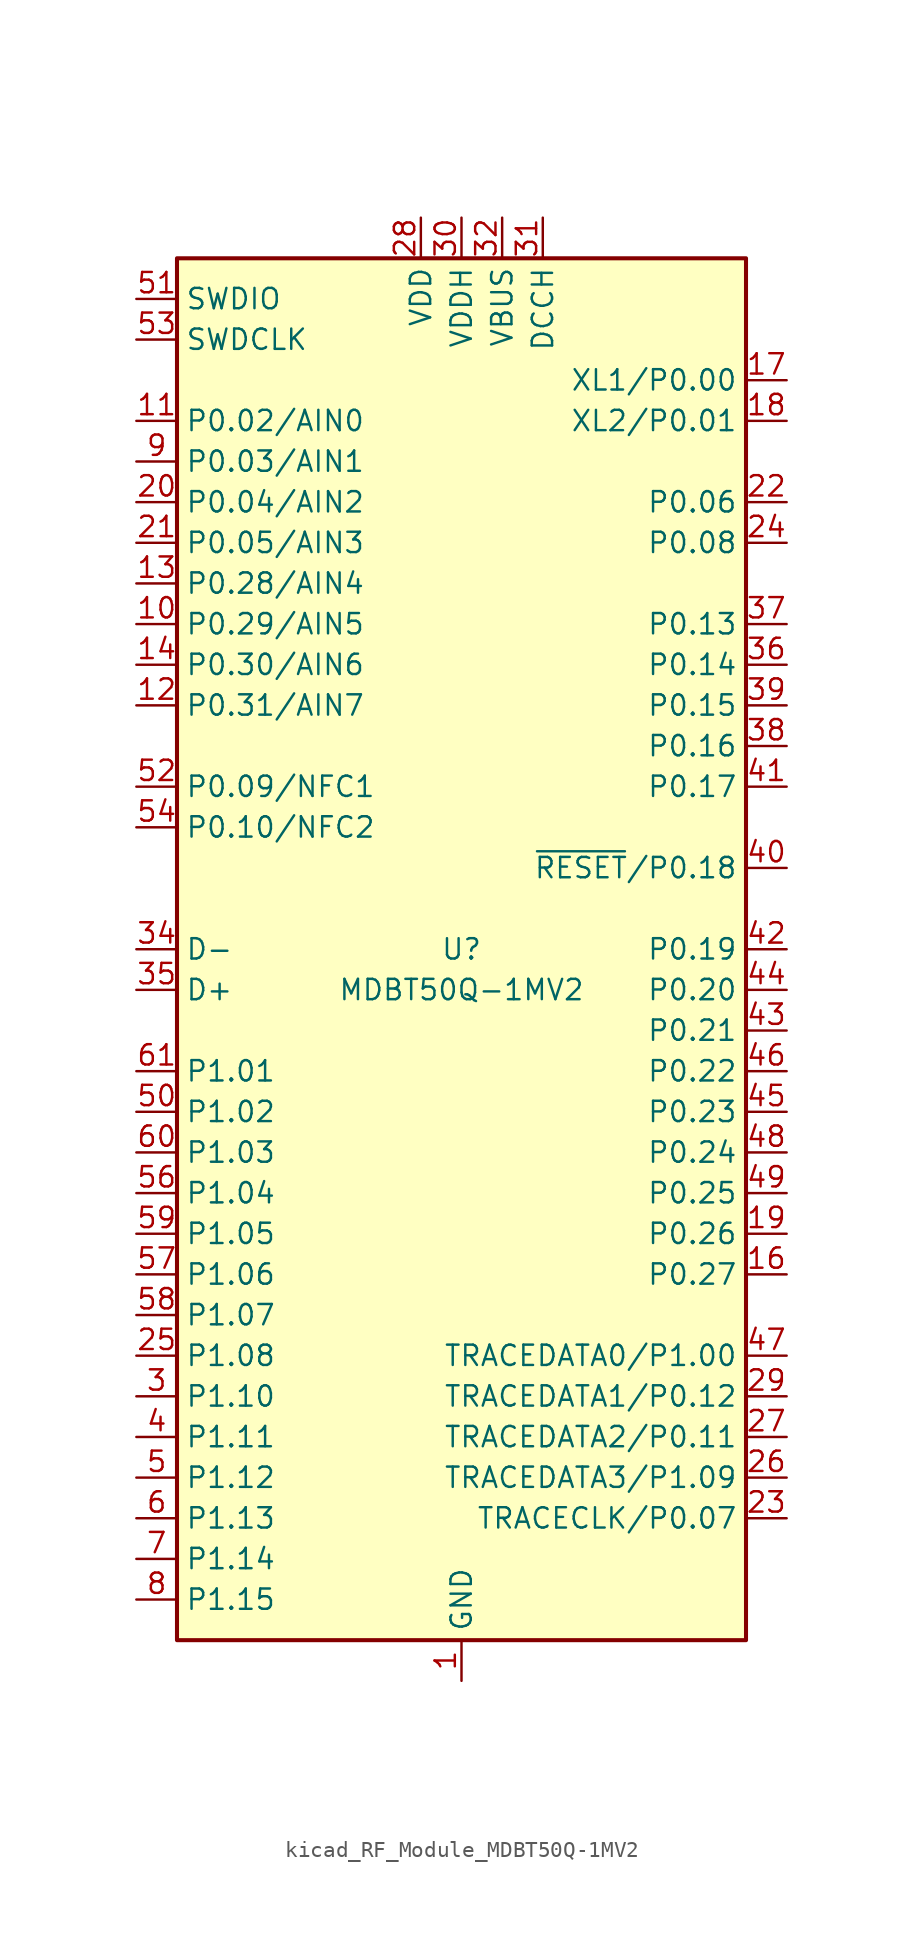
<source format=kicad_sym>
(kicad_symbol_lib
  (version 20220914)
  (generator kicad_symbol_editor)
  (symbol "kicad_RF_Module_MDBT50Q-1MV2"
    (property "Reference" "U"
      (at 0 0 0)
      (effects (font (size 1.27 1.27))))
    (property "Value" "MDBT50Q-1MV2"
      (at 0 -2.54 0)
      (effects (font (size 1.27 1.27))))
    (symbol "kicad_RF_Module_MDBT50Q-1MV2_0_1"
      (rectangle (start -17.78 43.18) (end 17.78 -43.18) (stroke (width 0.254) (type default)) (fill (type background))))
    (symbol "kicad_RF_Module_MDBT50Q-1MV2_1_1"
      (pin power_in line (at 0 -45.72 90) (length 2.54) (name "GND" (effects (font (size 1.27 1.27)))) (number "1" (effects (font (size 1.27 1.27)))))
      (pin bidirectional line (at -20.32 20.32 0) (length 2.54) (name "P0.29/AIN5" (effects (font (size 1.27 1.27)))) (number "10" (effects (font (size 1.27 1.27)))))
      (pin bidirectional line (at -20.32 33.02 0) (length 2.54) (name "P0.02/AIN0" (effects (font (size 1.27 1.27)))) (number "11" (effects (font (size 1.27 1.27)))))
      (pin bidirectional line (at -20.32 15.24 0) (length 2.54) (name "P0.31/AIN7" (effects (font (size 1.27 1.27)))) (number "12" (effects (font (size 1.27 1.27)))))
      (pin bidirectional line (at -20.32 22.86 0) (length 2.54) (name "P0.28/AIN4" (effects (font (size 1.27 1.27)))) (number "13" (effects (font (size 1.27 1.27)))))
      (pin bidirectional line (at -20.32 17.78 0) (length 2.54) (name "P0.30/AIN6" (effects (font (size 1.27 1.27)))) (number "14" (effects (font (size 1.27 1.27)))))
      (pin passive line (at 0 -45.72 90) (length 2.54) hide (name "GND" (effects (font (size 1.27 1.27)))) (number "15" (effects (font (size 1.27 1.27)))))
      (pin bidirectional line (at 20.32 -20.32 180) (length 2.54) (name "P0.27" (effects (font (size 1.27 1.27)))) (number "16" (effects (font (size 1.27 1.27)))))
      (pin bidirectional line (at 20.32 35.56 180) (length 2.54) (name "XL1/P0.00" (effects (font (size 1.27 1.27)))) (number "17" (effects (font (size 1.27 1.27)))))
      (pin bidirectional line (at 20.32 33.02 180) (length 2.54) (name "XL2/P0.01" (effects (font (size 1.27 1.27)))) (number "18" (effects (font (size 1.27 1.27)))))
      (pin bidirectional line (at 20.32 -17.78 180) (length 2.54) (name "P0.26" (effects (font (size 1.27 1.27)))) (number "19" (effects (font (size 1.27 1.27)))))
      (pin passive line (at 0 -45.72 90) (length 2.54) hide (name "GND" (effects (font (size 1.27 1.27)))) (number "2" (effects (font (size 1.27 1.27)))))
      (pin bidirectional line (at -20.32 27.94 0) (length 2.54) (name "P0.04/AIN2" (effects (font (size 1.27 1.27)))) (number "20" (effects (font (size 1.27 1.27)))))
      (pin bidirectional line (at -20.32 25.4 0) (length 2.54) (name "P0.05/AIN3" (effects (font (size 1.27 1.27)))) (number "21" (effects (font (size 1.27 1.27)))))
      (pin bidirectional line (at 20.32 27.94 180) (length 2.54) (name "P0.06" (effects (font (size 1.27 1.27)))) (number "22" (effects (font (size 1.27 1.27)))))
      (pin bidirectional line (at 20.32 -35.56 180) (length 2.54) (name "TRACECLK/P0.07" (effects (font (size 1.27 1.27)))) (number "23" (effects (font (size 1.27 1.27)))))
      (pin bidirectional line (at 20.32 25.4 180) (length 2.54) (name "P0.08" (effects (font (size 1.27 1.27)))) (number "24" (effects (font (size 1.27 1.27)))))
      (pin bidirectional line (at -20.32 -25.4 0) (length 2.54) (name "P1.08" (effects (font (size 1.27 1.27)))) (number "25" (effects (font (size 1.27 1.27)))))
      (pin bidirectional line (at 20.32 -33.02 180) (length 2.54) (name "TRACEDATA3/P1.09" (effects (font (size 1.27 1.27)))) (number "26" (effects (font (size 1.27 1.27)))))
      (pin bidirectional line (at 20.32 -30.48 180) (length 2.54) (name "TRACEDATA2/P0.11" (effects (font (size 1.27 1.27)))) (number "27" (effects (font (size 1.27 1.27)))))
      (pin power_in line (at -2.54 45.72 270) (length 2.54) (name "VDD" (effects (font (size 1.27 1.27)))) (number "28" (effects (font (size 1.27 1.27)))))
      (pin bidirectional line (at 20.32 -27.94 180) (length 2.54) (name "TRACEDATA1/P0.12" (effects (font (size 1.27 1.27)))) (number "29" (effects (font (size 1.27 1.27)))))
      (pin bidirectional line (at -20.32 -27.94 0) (length 2.54) (name "P1.10" (effects (font (size 1.27 1.27)))) (number "3" (effects (font (size 1.27 1.27)))))
      (pin power_in line (at 0 45.72 270) (length 2.54) (name "VDDH" (effects (font (size 1.27 1.27)))) (number "30" (effects (font (size 1.27 1.27)))))
      (pin power_out line (at 5.08 45.72 270) (length 2.54) (name "DCCH" (effects (font (size 1.27 1.27)))) (number "31" (effects (font (size 1.27 1.27)))))
      (pin power_in line (at 2.54 45.72 270) (length 2.54) (name "VBUS" (effects (font (size 1.27 1.27)))) (number "32" (effects (font (size 1.27 1.27)))))
      (pin passive line (at 0 -45.72 90) (length 2.54) hide (name "GND" (effects (font (size 1.27 1.27)))) (number "33" (effects (font (size 1.27 1.27)))))
      (pin bidirectional line (at -20.32 0 0) (length 2.54) (name "D-" (effects (font (size 1.27 1.27)))) (number "34" (effects (font (size 1.27 1.27)))))
      (pin bidirectional line (at -20.32 -2.54 0) (length 2.54) (name "D+" (effects (font (size 1.27 1.27)))) (number "35" (effects (font (size 1.27 1.27)))))
      (pin bidirectional line (at 20.32 17.78 180) (length 2.54) (name "P0.14" (effects (font (size 1.27 1.27)))) (number "36" (effects (font (size 1.27 1.27)))))
      (pin bidirectional line (at 20.32 20.32 180) (length 2.54) (name "P0.13" (effects (font (size 1.27 1.27)))) (number "37" (effects (font (size 1.27 1.27)))))
      (pin bidirectional line (at 20.32 12.7 180) (length 2.54) (name "P0.16" (effects (font (size 1.27 1.27)))) (number "38" (effects (font (size 1.27 1.27)))))
      (pin bidirectional line (at 20.32 15.24 180) (length 2.54) (name "P0.15" (effects (font (size 1.27 1.27)))) (number "39" (effects (font (size 1.27 1.27)))))
      (pin bidirectional line (at -20.32 -30.48 0) (length 2.54) (name "P1.11" (effects (font (size 1.27 1.27)))) (number "4" (effects (font (size 1.27 1.27)))))
      (pin bidirectional line (at 20.32 5.08 180) (length 2.54) (name "~{RESET}/P0.18" (effects (font (size 1.27 1.27)))) (number "40" (effects (font (size 1.27 1.27)))))
      (pin bidirectional line (at 20.32 10.16 180) (length 2.54) (name "P0.17" (effects (font (size 1.27 1.27)))) (number "41" (effects (font (size 1.27 1.27)))))
      (pin bidirectional line (at 20.32 0 180) (length 2.54) (name "P0.19" (effects (font (size 1.27 1.27)))) (number "42" (effects (font (size 1.27 1.27)))))
      (pin bidirectional line (at 20.32 -5.08 180) (length 2.54) (name "P0.21" (effects (font (size 1.27 1.27)))) (number "43" (effects (font (size 1.27 1.27)))))
      (pin bidirectional line (at 20.32 -2.54 180) (length 2.54) (name "P0.20" (effects (font (size 1.27 1.27)))) (number "44" (effects (font (size 1.27 1.27)))))
      (pin bidirectional line (at 20.32 -10.16 180) (length 2.54) (name "P0.23" (effects (font (size 1.27 1.27)))) (number "45" (effects (font (size 1.27 1.27)))))
      (pin bidirectional line (at 20.32 -7.62 180) (length 2.54) (name "P0.22" (effects (font (size 1.27 1.27)))) (number "46" (effects (font (size 1.27 1.27)))))
      (pin bidirectional line (at 20.32 -25.4 180) (length 2.54) (name "TRACEDATA0/P1.00" (effects (font (size 1.27 1.27)))) (number "47" (effects (font (size 1.27 1.27)))))
      (pin bidirectional line (at 20.32 -12.7 180) (length 2.54) (name "P0.24" (effects (font (size 1.27 1.27)))) (number "48" (effects (font (size 1.27 1.27)))))
      (pin bidirectional line (at 20.32 -15.24 180) (length 2.54) (name "P0.25" (effects (font (size 1.27 1.27)))) (number "49" (effects (font (size 1.27 1.27)))))
      (pin bidirectional line (at -20.32 -33.02 0) (length 2.54) (name "P1.12" (effects (font (size 1.27 1.27)))) (number "5" (effects (font (size 1.27 1.27)))))
      (pin bidirectional line (at -20.32 -10.16 0) (length 2.54) (name "P1.02" (effects (font (size 1.27 1.27)))) (number "50" (effects (font (size 1.27 1.27)))))
      (pin bidirectional line (at -20.32 40.64 0) (length 2.54) (name "SWDIO" (effects (font (size 1.27 1.27)))) (number "51" (effects (font (size 1.27 1.27)))))
      (pin bidirectional line (at -20.32 10.16 0) (length 2.54) (name "P0.09/NFC1" (effects (font (size 1.27 1.27)))) (number "52" (effects (font (size 1.27 1.27)))))
      (pin input line (at -20.32 38.1 0) (length 2.54) (name "SWDCLK" (effects (font (size 1.27 1.27)))) (number "53" (effects (font (size 1.27 1.27)))))
      (pin bidirectional line (at -20.32 7.62 0) (length 2.54) (name "P0.10/NFC2" (effects (font (size 1.27 1.27)))) (number "54" (effects (font (size 1.27 1.27)))))
      (pin passive line (at 0 -45.72 90) (length 2.54) hide (name "GND" (effects (font (size 1.27 1.27)))) (number "55" (effects (font (size 1.27 1.27)))))
      (pin bidirectional line (at -20.32 -15.24 0) (length 2.54) (name "P1.04" (effects (font (size 1.27 1.27)))) (number "56" (effects (font (size 1.27 1.27)))))
      (pin bidirectional line (at -20.32 -20.32 0) (length 2.54) (name "P1.06" (effects (font (size 1.27 1.27)))) (number "57" (effects (font (size 1.27 1.27)))))
      (pin bidirectional line (at -20.32 -22.86 0) (length 2.54) (name "P1.07" (effects (font (size 1.27 1.27)))) (number "58" (effects (font (size 1.27 1.27)))))
      (pin bidirectional line (at -20.32 -17.78 0) (length 2.54) (name "P1.05" (effects (font (size 1.27 1.27)))) (number "59" (effects (font (size 1.27 1.27)))))
      (pin bidirectional line (at -20.32 -35.56 0) (length 2.54) (name "P1.13" (effects (font (size 1.27 1.27)))) (number "6" (effects (font (size 1.27 1.27)))))
      (pin bidirectional line (at -20.32 -12.7 0) (length 2.54) (name "P1.03" (effects (font (size 1.27 1.27)))) (number "60" (effects (font (size 1.27 1.27)))))
      (pin bidirectional line (at -20.32 -7.62 0) (length 2.54) (name "P1.01" (effects (font (size 1.27 1.27)))) (number "61" (effects (font (size 1.27 1.27)))))
      (pin bidirectional line (at -20.32 -38.1 0) (length 2.54) (name "P1.14" (effects (font (size 1.27 1.27)))) (number "7" (effects (font (size 1.27 1.27)))))
      (pin bidirectional line (at -20.32 -40.64 0) (length 2.54) (name "P1.15" (effects (font (size 1.27 1.27)))) (number "8" (effects (font (size 1.27 1.27)))))
      (pin bidirectional line (at -20.32 30.48 0) (length 2.54) (name "P0.03/AIN1" (effects (font (size 1.27 1.27)))) (number "9" (effects (font (size 1.27 1.27))))))))
</source>
